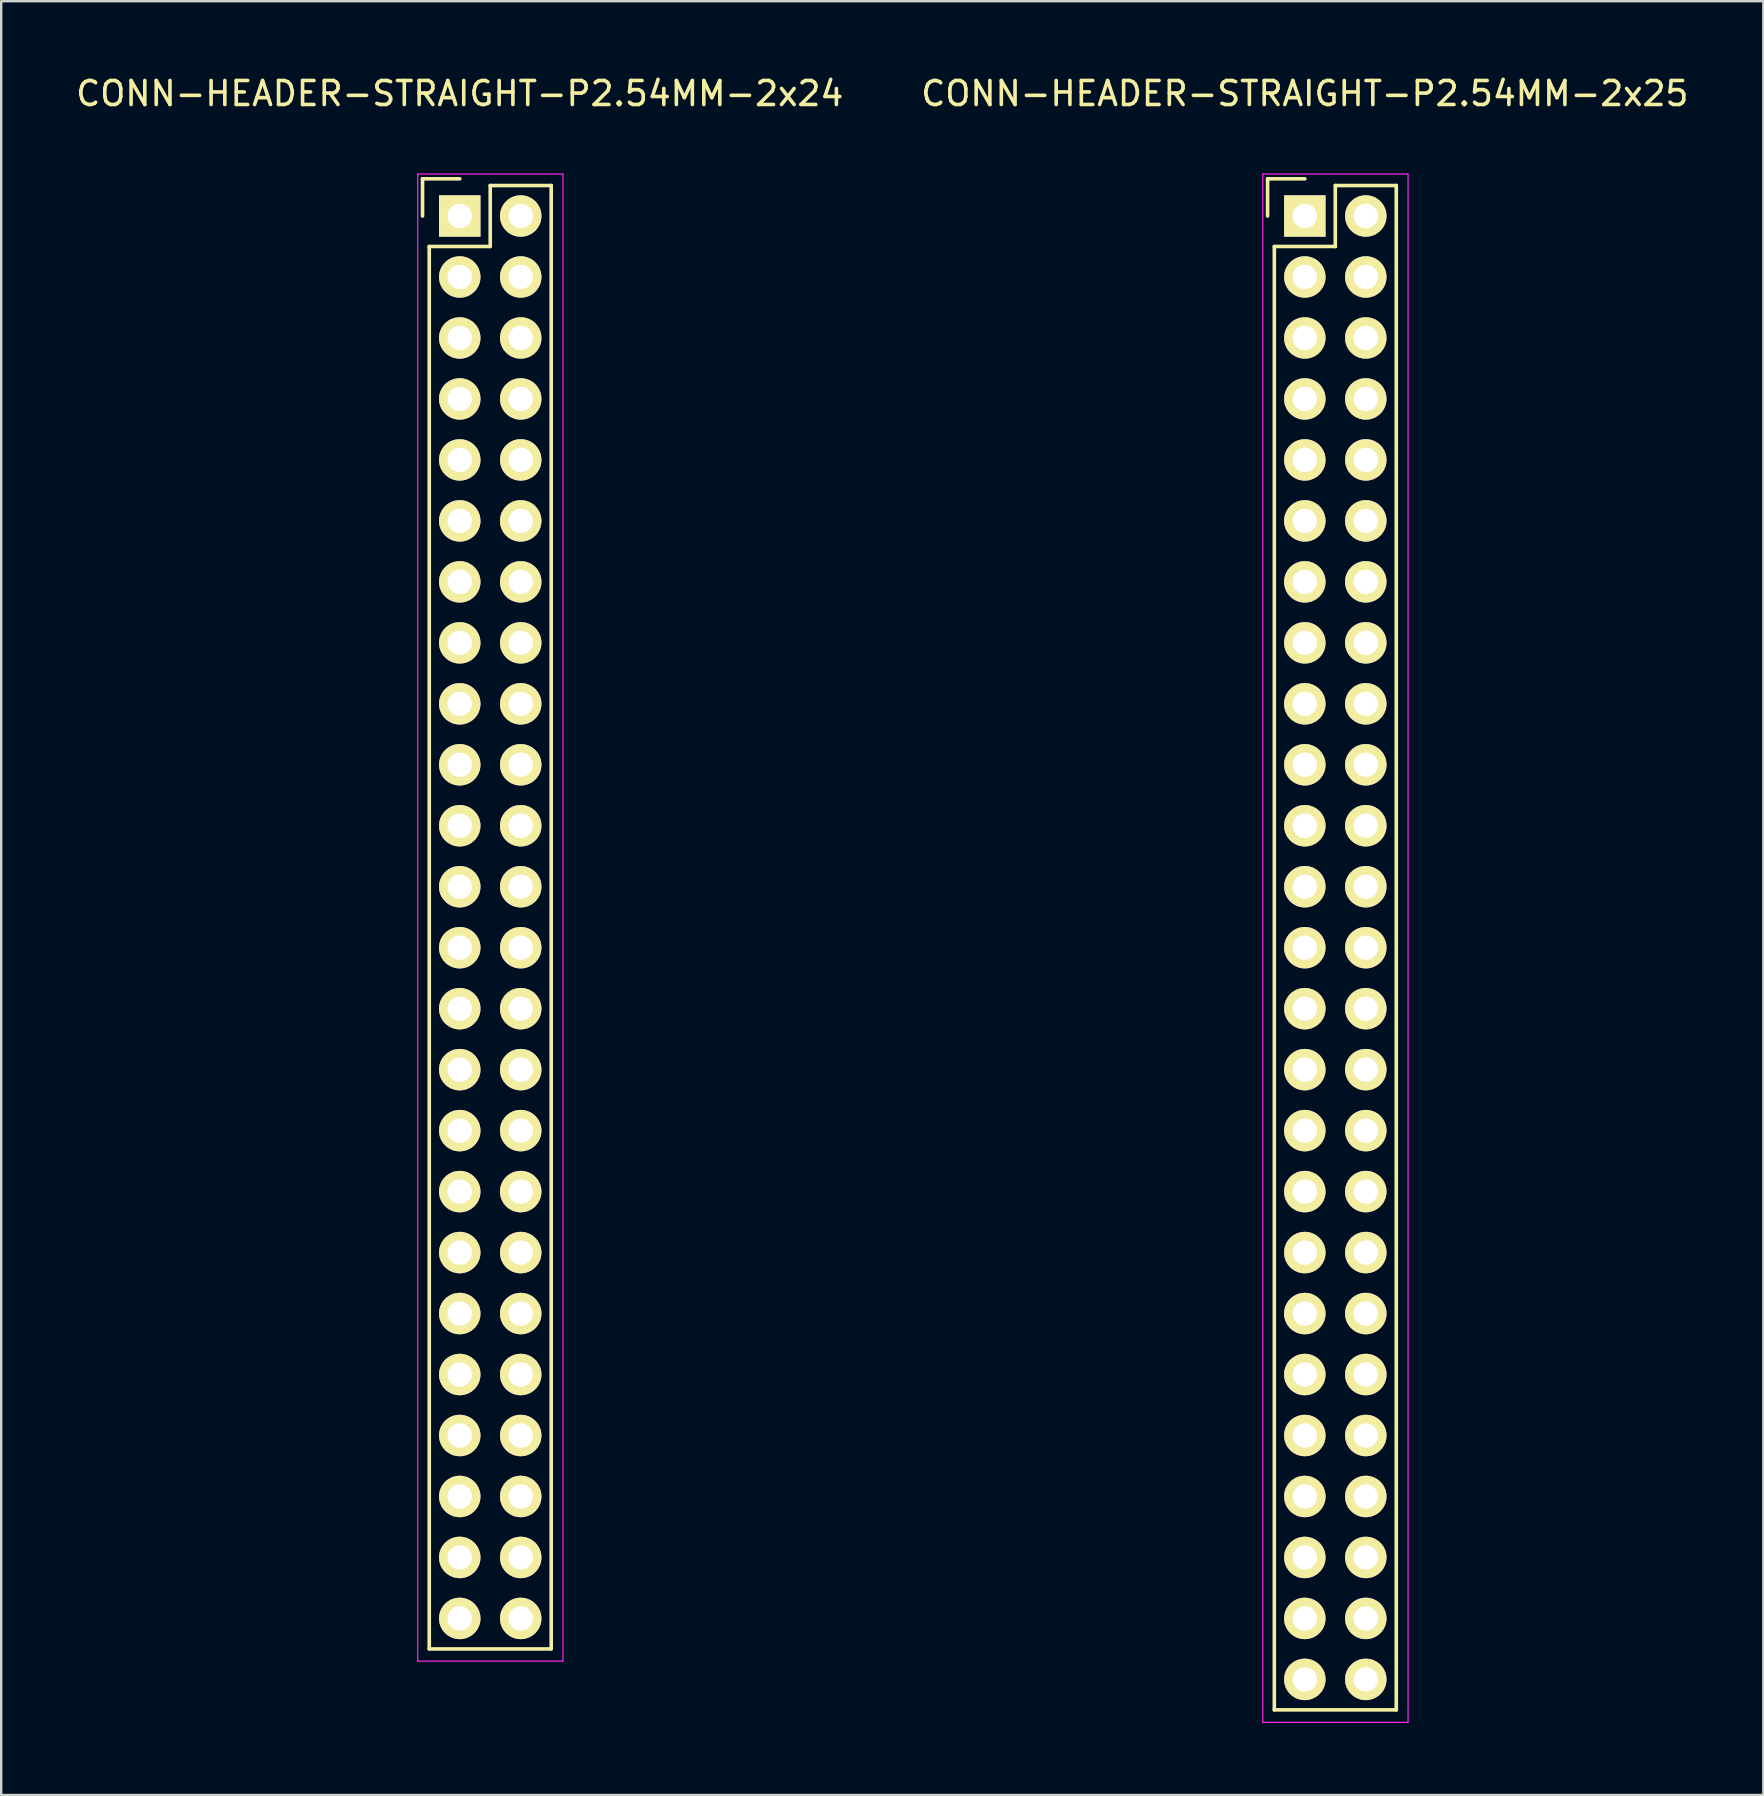
<source format=kicad_pcb>
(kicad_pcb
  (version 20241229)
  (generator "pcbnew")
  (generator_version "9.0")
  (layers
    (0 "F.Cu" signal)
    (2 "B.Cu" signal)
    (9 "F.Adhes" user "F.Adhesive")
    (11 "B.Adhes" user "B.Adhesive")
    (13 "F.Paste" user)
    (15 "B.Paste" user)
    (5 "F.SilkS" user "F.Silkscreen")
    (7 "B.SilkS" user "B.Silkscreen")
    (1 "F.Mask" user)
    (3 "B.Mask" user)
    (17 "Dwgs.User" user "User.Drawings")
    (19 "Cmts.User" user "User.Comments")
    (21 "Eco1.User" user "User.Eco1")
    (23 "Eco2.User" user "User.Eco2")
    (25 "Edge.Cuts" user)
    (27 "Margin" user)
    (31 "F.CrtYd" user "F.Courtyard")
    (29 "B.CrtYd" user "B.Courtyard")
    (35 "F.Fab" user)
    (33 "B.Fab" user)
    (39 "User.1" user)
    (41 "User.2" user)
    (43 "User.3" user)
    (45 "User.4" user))
  (footprint "CONN-HEADER-STRAIGHT-P2.54MM-2x25"
    (layer "F.Cu")
    (at 51.304 5.948)
    (property "Reference" "CONN-HEADER-STRAIGHT-P2.54MM-2x25" (at 0 -5.1 0) (layer "F.SilkS") (effects (font (size 1 1) (thickness 0.15))))
    (attr through_hole)
    (fp_line (start -1.55 -1.55) (end -1.55 0) (stroke (width 0.15) (type solid)) (layer "F.SilkS"))
    (fp_line (start -1.27 1.27) (end -1.27 62.23) (stroke (width 0.15) (type solid)) (layer "F.SilkS"))
    (fp_line (start 0 -1.55) (end -1.55 -1.55) (stroke (width 0.15) (type solid)) (layer "F.SilkS"))
    (fp_line (start 1.27 -1.27) (end 1.27 1.27) (stroke (width 0.15) (type solid)) (layer "F.SilkS"))
    (fp_line (start 1.27 1.27) (end -1.27 1.27) (stroke (width 0.15) (type solid)) (layer "F.SilkS"))
    (fp_line (start 3.81 -1.27) (end 1.27 -1.27) (stroke (width 0.15) (type solid)) (layer "F.SilkS"))
    (fp_line (start 3.81 62.23) (end -1.27 62.23) (stroke (width 0.15) (type solid)) (layer "F.SilkS"))
    (fp_line (start 3.81 62.23) (end 3.81 -1.27) (stroke (width 0.15) (type solid)) (layer "F.SilkS"))
    (fp_line (start -1.75 -1.75) (end -1.75 62.75) (stroke (width 0.05) (type solid)) (layer "F.CrtYd"))
    (fp_line (start -1.75 -1.75) (end 4.3 -1.75) (stroke (width 0.05) (type solid)) (layer "F.CrtYd"))
    (fp_line (start -1.75 62.75) (end 4.3 62.75) (stroke (width 0.05) (type solid)) (layer "F.CrtYd"))
    (fp_line (start 4.3 -1.75) (end 4.3 62.75) (stroke (width 0.05) (type solid)) (layer "F.CrtYd"))
    (pad "1" thru_hole rect (at 0 0) (size 1.727 1.727) (drill 1.016) (layers "*.Cu" "*.Mask" "F.SilkS"))
    (pad "2" thru_hole oval (at 2.54 0) (size 1.727 1.727) (drill 1.016) (layers "*.Cu" "*.Mask" "F.SilkS"))
    (pad "3" thru_hole oval (at 0 2.54) (size 1.727 1.727) (drill 1.016) (layers "*.Cu" "*.Mask" "F.SilkS"))
    (pad "4" thru_hole oval (at 2.54 2.54) (size 1.727 1.727) (drill 1.016) (layers "*.Cu" "*.Mask" "F.SilkS"))
    (pad "5" thru_hole oval (at 0 5.08) (size 1.727 1.727) (drill 1.016) (layers "*.Cu" "*.Mask" "F.SilkS"))
    (pad "6" thru_hole oval (at 2.54 5.08) (size 1.727 1.727) (drill 1.016) (layers "*.Cu" "*.Mask" "F.SilkS"))
    (pad "7" thru_hole oval (at 0 7.62) (size 1.727 1.727) (drill 1.016) (layers "*.Cu" "*.Mask" "F.SilkS"))
    (pad "8" thru_hole oval (at 2.54 7.62) (size 1.727 1.727) (drill 1.016) (layers "*.Cu" "*.Mask" "F.SilkS"))
    (pad "9" thru_hole oval (at 0 10.16) (size 1.727 1.727) (drill 1.016) (layers "*.Cu" "*.Mask" "F.SilkS"))
    (pad "10" thru_hole oval (at 2.54 10.16) (size 1.727 1.727) (drill 1.016) (layers "*.Cu" "*.Mask" "F.SilkS"))
    (pad "11" thru_hole oval (at 0 12.7) (size 1.727 1.727) (drill 1.016) (layers "*.Cu" "*.Mask" "F.SilkS"))
    (pad "12" thru_hole oval (at 2.54 12.7) (size 1.727 1.727) (drill 1.016) (layers "*.Cu" "*.Mask" "F.SilkS"))
    (pad "13" thru_hole oval (at 0 15.24) (size 1.727 1.727) (drill 1.016) (layers "*.Cu" "*.Mask" "F.SilkS"))
    (pad "14" thru_hole oval (at 2.54 15.24) (size 1.727 1.727) (drill 1.016) (layers "*.Cu" "*.Mask" "F.SilkS"))
    (pad "15" thru_hole oval (at 0 17.78) (size 1.727 1.727) (drill 1.016) (layers "*.Cu" "*.Mask" "F.SilkS"))
    (pad "16" thru_hole oval (at 2.54 17.78) (size 1.727 1.727) (drill 1.016) (layers "*.Cu" "*.Mask" "F.SilkS"))
    (pad "17" thru_hole oval (at 0 20.32) (size 1.727 1.727) (drill 1.016) (layers "*.Cu" "*.Mask" "F.SilkS"))
    (pad "18" thru_hole oval (at 2.54 20.32) (size 1.727 1.727) (drill 1.016) (layers "*.Cu" "*.Mask" "F.SilkS"))
    (pad "19" thru_hole oval (at 0 22.86) (size 1.727 1.727) (drill 1.016) (layers "*.Cu" "*.Mask" "F.SilkS"))
    (pad "20" thru_hole oval (at 2.54 22.86) (size 1.727 1.727) (drill 1.016) (layers "*.Cu" "*.Mask" "F.SilkS"))
    (pad "21" thru_hole oval (at 0 25.4) (size 1.727 1.727) (drill 1.016) (layers "*.Cu" "*.Mask" "F.SilkS"))
    (pad "22" thru_hole oval (at 2.54 25.4) (size 1.727 1.727) (drill 1.016) (layers "*.Cu" "*.Mask" "F.SilkS"))
    (pad "23" thru_hole oval (at 0 27.94) (size 1.727 1.727) (drill 1.016) (layers "*.Cu" "*.Mask" "F.SilkS"))
    (pad "24" thru_hole oval (at 2.54 27.94) (size 1.727 1.727) (drill 1.016) (layers "*.Cu" "*.Mask" "F.SilkS"))
    (pad "25" thru_hole oval (at 0 30.48) (size 1.727 1.727) (drill 1.016) (layers "*.Cu" "*.Mask" "F.SilkS"))
    (pad "26" thru_hole oval (at 2.54 30.48) (size 1.727 1.727) (drill 1.016) (layers "*.Cu" "*.Mask" "F.SilkS"))
    (pad "27" thru_hole oval (at 0 33.02) (size 1.727 1.727) (drill 1.016) (layers "*.Cu" "*.Mask" "F.SilkS"))
    (pad "28" thru_hole oval (at 2.54 33.02) (size 1.727 1.727) (drill 1.016) (layers "*.Cu" "*.Mask" "F.SilkS"))
    (pad "29" thru_hole oval (at 0 35.56) (size 1.727 1.727) (drill 1.016) (layers "*.Cu" "*.Mask" "F.SilkS"))
    (pad "30" thru_hole oval (at 2.54 35.56) (size 1.727 1.727) (drill 1.016) (layers "*.Cu" "*.Mask" "F.SilkS"))
    (pad "31" thru_hole oval (at 0 38.1) (size 1.727 1.727) (drill 1.016) (layers "*.Cu" "*.Mask" "F.SilkS"))
    (pad "32" thru_hole oval (at 2.54 38.1) (size 1.727 1.727) (drill 1.016) (layers "*.Cu" "*.Mask" "F.SilkS"))
    (pad "33" thru_hole oval (at 0 40.64) (size 1.727 1.727) (drill 1.016) (layers "*.Cu" "*.Mask" "F.SilkS"))
    (pad "34" thru_hole oval (at 2.54 40.64) (size 1.727 1.727) (drill 1.016) (layers "*.Cu" "*.Mask" "F.SilkS"))
    (pad "35" thru_hole oval (at 0 43.18) (size 1.727 1.727) (drill 1.016) (layers "*.Cu" "*.Mask" "F.SilkS"))
    (pad "36" thru_hole oval (at 2.54 43.18) (size 1.727 1.727) (drill 1.016) (layers "*.Cu" "*.Mask" "F.SilkS"))
    (pad "37" thru_hole oval (at 0 45.72) (size 1.727 1.727) (drill 1.016) (layers "*.Cu" "*.Mask" "F.SilkS"))
    (pad "38" thru_hole oval (at 2.54 45.72) (size 1.727 1.727) (drill 1.016) (layers "*.Cu" "*.Mask" "F.SilkS"))
    (pad "39" thru_hole oval (at 0 48.26) (size 1.727 1.727) (drill 1.016) (layers "*.Cu" "*.Mask" "F.SilkS"))
    (pad "40" thru_hole oval (at 2.54 48.26) (size 1.727 1.727) (drill 1.016) (layers "*.Cu" "*.Mask" "F.SilkS"))
    (pad "41" thru_hole oval (at 0 50.8) (size 1.727 1.727) (drill 1.016) (layers "*.Cu" "*.Mask" "F.SilkS"))
    (pad "42" thru_hole oval (at 2.54 50.8) (size 1.727 1.727) (drill 1.016) (layers "*.Cu" "*.Mask" "F.SilkS"))
    (pad "43" thru_hole oval (at 0 53.34) (size 1.727 1.727) (drill 1.016) (layers "*.Cu" "*.Mask" "F.SilkS"))
    (pad "44" thru_hole oval (at 2.54 53.34) (size 1.727 1.727) (drill 1.016) (layers "*.Cu" "*.Mask" "F.SilkS"))
    (pad "45" thru_hole oval (at 0 55.88) (size 1.727 1.727) (drill 1.016) (layers "*.Cu" "*.Mask" "F.SilkS"))
    (pad "46" thru_hole oval (at 2.54 55.88) (size 1.727 1.727) (drill 1.016) (layers "*.Cu" "*.Mask" "F.SilkS"))
    (pad "47" thru_hole oval (at 0 58.42) (size 1.727 1.727) (drill 1.016) (layers "*.Cu" "*.Mask" "F.SilkS"))
    (pad "48" thru_hole oval (at 2.54 58.42) (size 1.727 1.727) (drill 1.016) (layers "*.Cu" "*.Mask" "F.SilkS"))
    (pad "49" thru_hole oval (at 0 60.96) (size 1.727 1.727) (drill 1.016) (layers "*.Cu" "*.Mask" "F.SilkS"))
    (pad "50" thru_hole oval (at 2.54 60.96) (size 1.727 1.727) (drill 1.016) (layers "*.Cu" "*.Mask" "F.SilkS")))
  (footprint "CONN-HEADER-STRAIGHT-P2.54MM-2x24"
    (layer "F.Cu")
    (at 16.101 5.948)
    (property "Reference" "CONN-HEADER-STRAIGHT-P2.54MM-2x24" (at 0 -5.1 0) (layer "F.SilkS") (effects (font (size 1 1) (thickness 0.15))))
    (attr through_hole)
    (fp_line (start -1.55 -1.55) (end -1.55 0) (stroke (width 0.15) (type solid)) (layer "F.SilkS"))
    (fp_line (start -1.27 1.27) (end -1.27 59.69) (stroke (width 0.15) (type solid)) (layer "F.SilkS"))
    (fp_line (start 0 -1.55) (end -1.55 -1.55) (stroke (width 0.15) (type solid)) (layer "F.SilkS"))
    (fp_line (start 1.27 -1.27) (end 1.27 1.27) (stroke (width 0.15) (type solid)) (layer "F.SilkS"))
    (fp_line (start 1.27 1.27) (end -1.27 1.27) (stroke (width 0.15) (type solid)) (layer "F.SilkS"))
    (fp_line (start 3.81 -1.27) (end 1.27 -1.27) (stroke (width 0.15) (type solid)) (layer "F.SilkS"))
    (fp_line (start 3.81 59.69) (end -1.27 59.69) (stroke (width 0.15) (type solid)) (layer "F.SilkS"))
    (fp_line (start 3.81 59.69) (end 3.81 -1.27) (stroke (width 0.15) (type solid)) (layer "F.SilkS"))
    (fp_line (start -1.75 -1.75) (end -1.75 60.2) (stroke (width 0.05) (type solid)) (layer "F.CrtYd"))
    (fp_line (start -1.75 -1.75) (end 4.3 -1.75) (stroke (width 0.05) (type solid)) (layer "F.CrtYd"))
    (fp_line (start -1.75 60.2) (end 4.3 60.2) (stroke (width 0.05) (type solid)) (layer "F.CrtYd"))
    (fp_line (start 4.3 -1.75) (end 4.3 60.2) (stroke (width 0.05) (type solid)) (layer "F.CrtYd"))
    (pad "1" thru_hole rect (at 0 0) (size 1.727 1.727) (drill 1.016) (layers "*.Cu" "*.Mask" "F.SilkS"))
    (pad "2" thru_hole oval (at 2.54 0) (size 1.727 1.727) (drill 1.016) (layers "*.Cu" "*.Mask" "F.SilkS"))
    (pad "3" thru_hole oval (at 0 2.54) (size 1.727 1.727) (drill 1.016) (layers "*.Cu" "*.Mask" "F.SilkS"))
    (pad "4" thru_hole oval (at 2.54 2.54) (size 1.727 1.727) (drill 1.016) (layers "*.Cu" "*.Mask" "F.SilkS"))
    (pad "5" thru_hole oval (at 0 5.08) (size 1.727 1.727) (drill 1.016) (layers "*.Cu" "*.Mask" "F.SilkS"))
    (pad "6" thru_hole oval (at 2.54 5.08) (size 1.727 1.727) (drill 1.016) (layers "*.Cu" "*.Mask" "F.SilkS"))
    (pad "7" thru_hole oval (at 0 7.62) (size 1.727 1.727) (drill 1.016) (layers "*.Cu" "*.Mask" "F.SilkS"))
    (pad "8" thru_hole oval (at 2.54 7.62) (size 1.727 1.727) (drill 1.016) (layers "*.Cu" "*.Mask" "F.SilkS"))
    (pad "9" thru_hole oval (at 0 10.16) (size 1.727 1.727) (drill 1.016) (layers "*.Cu" "*.Mask" "F.SilkS"))
    (pad "10" thru_hole oval (at 2.54 10.16) (size 1.727 1.727) (drill 1.016) (layers "*.Cu" "*.Mask" "F.SilkS"))
    (pad "11" thru_hole oval (at 0 12.7) (size 1.727 1.727) (drill 1.016) (layers "*.Cu" "*.Mask" "F.SilkS"))
    (pad "12" thru_hole oval (at 2.54 12.7) (size 1.727 1.727) (drill 1.016) (layers "*.Cu" "*.Mask" "F.SilkS"))
    (pad "13" thru_hole oval (at 0 15.24) (size 1.727 1.727) (drill 1.016) (layers "*.Cu" "*.Mask" "F.SilkS"))
    (pad "14" thru_hole oval (at 2.54 15.24) (size 1.727 1.727) (drill 1.016) (layers "*.Cu" "*.Mask" "F.SilkS"))
    (pad "15" thru_hole oval (at 0 17.78) (size 1.727 1.727) (drill 1.016) (layers "*.Cu" "*.Mask" "F.SilkS"))
    (pad "16" thru_hole oval (at 2.54 17.78) (size 1.727 1.727) (drill 1.016) (layers "*.Cu" "*.Mask" "F.SilkS"))
    (pad "17" thru_hole oval (at 0 20.32) (size 1.727 1.727) (drill 1.016) (layers "*.Cu" "*.Mask" "F.SilkS"))
    (pad "18" thru_hole oval (at 2.54 20.32) (size 1.727 1.727) (drill 1.016) (layers "*.Cu" "*.Mask" "F.SilkS"))
    (pad "19" thru_hole oval (at 0 22.86) (size 1.727 1.727) (drill 1.016) (layers "*.Cu" "*.Mask" "F.SilkS"))
    (pad "20" thru_hole oval (at 2.54 22.86) (size 1.727 1.727) (drill 1.016) (layers "*.Cu" "*.Mask" "F.SilkS"))
    (pad "21" thru_hole oval (at 0 25.4) (size 1.727 1.727) (drill 1.016) (layers "*.Cu" "*.Mask" "F.SilkS"))
    (pad "22" thru_hole oval (at 2.54 25.4) (size 1.727 1.727) (drill 1.016) (layers "*.Cu" "*.Mask" "F.SilkS"))
    (pad "23" thru_hole oval (at 0 27.94) (size 1.727 1.727) (drill 1.016) (layers "*.Cu" "*.Mask" "F.SilkS"))
    (pad "24" thru_hole oval (at 2.54 27.94) (size 1.727 1.727) (drill 1.016) (layers "*.Cu" "*.Mask" "F.SilkS"))
    (pad "25" thru_hole oval (at 0 30.48) (size 1.727 1.727) (drill 1.016) (layers "*.Cu" "*.Mask" "F.SilkS"))
    (pad "26" thru_hole oval (at 2.54 30.48) (size 1.727 1.727) (drill 1.016) (layers "*.Cu" "*.Mask" "F.SilkS"))
    (pad "27" thru_hole oval (at 0 33.02) (size 1.727 1.727) (drill 1.016) (layers "*.Cu" "*.Mask" "F.SilkS"))
    (pad "28" thru_hole oval (at 2.54 33.02) (size 1.727 1.727) (drill 1.016) (layers "*.Cu" "*.Mask" "F.SilkS"))
    (pad "29" thru_hole oval (at 0 35.56) (size 1.727 1.727) (drill 1.016) (layers "*.Cu" "*.Mask" "F.SilkS"))
    (pad "30" thru_hole oval (at 2.54 35.56) (size 1.727 1.727) (drill 1.016) (layers "*.Cu" "*.Mask" "F.SilkS"))
    (pad "31" thru_hole oval (at 0 38.1) (size 1.727 1.727) (drill 1.016) (layers "*.Cu" "*.Mask" "F.SilkS"))
    (pad "32" thru_hole oval (at 2.54 38.1) (size 1.727 1.727) (drill 1.016) (layers "*.Cu" "*.Mask" "F.SilkS"))
    (pad "33" thru_hole oval (at 0 40.64) (size 1.727 1.727) (drill 1.016) (layers "*.Cu" "*.Mask" "F.SilkS"))
    (pad "34" thru_hole oval (at 2.54 40.64) (size 1.727 1.727) (drill 1.016) (layers "*.Cu" "*.Mask" "F.SilkS"))
    (pad "35" thru_hole oval (at 0 43.18) (size 1.727 1.727) (drill 1.016) (layers "*.Cu" "*.Mask" "F.SilkS"))
    (pad "36" thru_hole oval (at 2.54 43.18) (size 1.727 1.727) (drill 1.016) (layers "*.Cu" "*.Mask" "F.SilkS"))
    (pad "37" thru_hole oval (at 0 45.72) (size 1.727 1.727) (drill 1.016) (layers "*.Cu" "*.Mask" "F.SilkS"))
    (pad "38" thru_hole oval (at 2.54 45.72) (size 1.727 1.727) (drill 1.016) (layers "*.Cu" "*.Mask" "F.SilkS"))
    (pad "39" thru_hole oval (at 0 48.26) (size 1.727 1.727) (drill 1.016) (layers "*.Cu" "*.Mask" "F.SilkS"))
    (pad "40" thru_hole oval (at 2.54 48.26) (size 1.727 1.727) (drill 1.016) (layers "*.Cu" "*.Mask" "F.SilkS"))
    (pad "41" thru_hole oval (at 0 50.8) (size 1.727 1.727) (drill 1.016) (layers "*.Cu" "*.Mask" "F.SilkS"))
    (pad "42" thru_hole oval (at 2.54 50.8) (size 1.727 1.727) (drill 1.016) (layers "*.Cu" "*.Mask" "F.SilkS"))
    (pad "43" thru_hole oval (at 0 53.34) (size 1.727 1.727) (drill 1.016) (layers "*.Cu" "*.Mask" "F.SilkS"))
    (pad "44" thru_hole oval (at 2.54 53.34) (size 1.727 1.727) (drill 1.016) (layers "*.Cu" "*.Mask" "F.SilkS"))
    (pad "45" thru_hole oval (at 0 55.88) (size 1.727 1.727) (drill 1.016) (layers "*.Cu" "*.Mask" "F.SilkS"))
    (pad "46" thru_hole oval (at 2.54 55.88) (size 1.727 1.727) (drill 1.016) (layers "*.Cu" "*.Mask" "F.SilkS"))
    (pad "47" thru_hole oval (at 0 58.42) (size 1.727 1.727) (drill 1.016) (layers "*.Cu" "*.Mask" "F.SilkS"))
    (pad "48" thru_hole oval (at 2.54 58.42) (size 1.727 1.727) (drill 1.016) (layers "*.Cu" "*.Mask" "F.SilkS")))
  (gr_rect
    (start -3 -3)
    (end 70.405 71.723)
    (stroke (width 0.1) (type default))
    (fill no)
    (layer "Edge.Cuts")))
</source>
